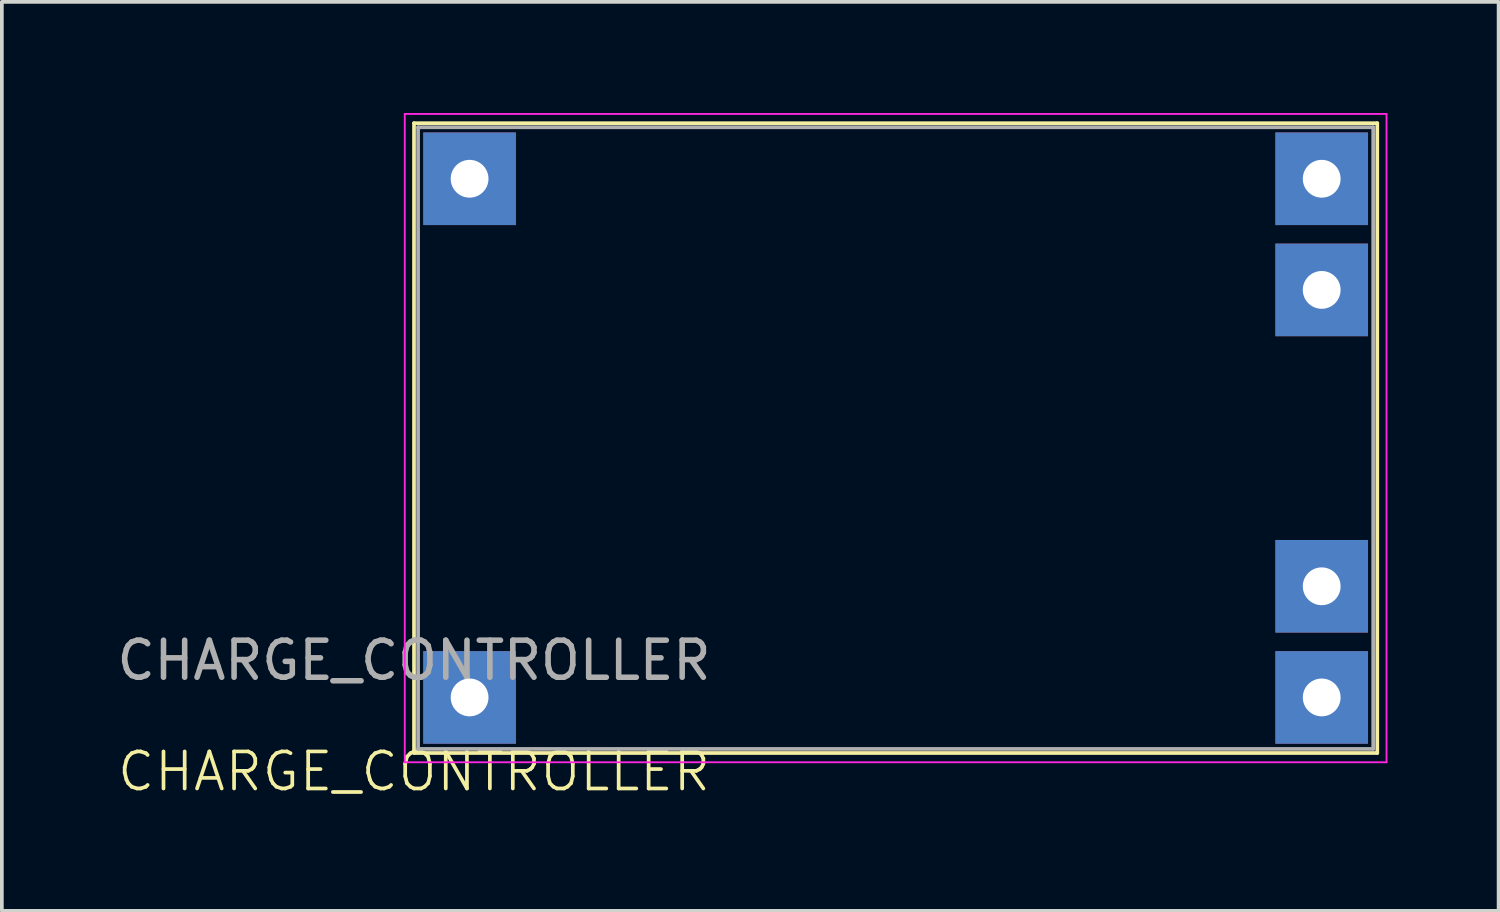
<source format=kicad_pcb>
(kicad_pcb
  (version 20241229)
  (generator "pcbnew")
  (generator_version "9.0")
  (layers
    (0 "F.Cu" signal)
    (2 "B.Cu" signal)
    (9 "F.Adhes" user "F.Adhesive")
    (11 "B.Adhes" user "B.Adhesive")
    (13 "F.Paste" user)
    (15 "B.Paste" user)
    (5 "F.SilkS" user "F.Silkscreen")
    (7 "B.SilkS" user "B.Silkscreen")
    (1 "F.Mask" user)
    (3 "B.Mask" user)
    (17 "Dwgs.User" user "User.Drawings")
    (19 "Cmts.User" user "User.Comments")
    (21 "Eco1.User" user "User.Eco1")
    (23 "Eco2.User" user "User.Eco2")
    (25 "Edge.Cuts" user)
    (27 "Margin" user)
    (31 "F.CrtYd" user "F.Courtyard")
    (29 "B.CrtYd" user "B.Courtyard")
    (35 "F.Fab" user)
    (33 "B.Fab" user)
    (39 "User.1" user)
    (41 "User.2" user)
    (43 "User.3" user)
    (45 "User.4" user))
  (footprint "CHARGE_CONTROLLER"
    (layer "F.Cu")
    (at 8.125 2.035)
    (property "Reference" "CHARGE_CONTROLLER" (at 0 15.74 0) (unlocked yes) (layer "F.SilkS") (effects (font (size 1 1) (thickness 0.1))))
    (attr through_hole)
    (fp_line (start 0 -1.76) (end 26 -1.76) (stroke (width 0.1) (type default)) (layer "F.SilkS"))
    (fp_line (start 0 15.24) (end 0 -1.76) (stroke (width 0.1) (type default)) (layer "F.SilkS"))
    (fp_line (start 26 -1.76) (end 26 15.24) (stroke (width 0.1) (type default)) (layer "F.SilkS"))
    (fp_line (start 26 15.24) (end 0 15.24) (stroke (width 0.1) (type default)) (layer "F.SilkS"))
    (fp_line (start -0.25 -2.01) (end 26.25 -2.01) (stroke (width 0.05) (type default)) (layer "F.CrtYd"))
    (fp_line (start -0.25 15.49) (end -0.25 -2.01) (stroke (width 0.05) (type default)) (layer "F.CrtYd"))
    (fp_line (start 26.25 -2.01) (end 26.25 15.49) (stroke (width 0.05) (type default)) (layer "F.CrtYd"))
    (fp_line (start 26.25 15.49) (end -0.25 15.49) (stroke (width 0.05) (type default)) (layer "F.CrtYd"))
    (fp_line (start 0.11 15.13) (end 0.11 -1.65) (stroke (width 0.1) (type default)) (layer "F.Fab"))
    (fp_line (start 0.11 15.13) (end 25.89 15.13) (stroke (width 0.1) (type default)) (layer "F.Fab"))
    (fp_line (start 25.89 -1.65) (end 0.11 -1.65) (stroke (width 0.1) (type default)) (layer "F.Fab"))
    (fp_line (start 25.89 15.13) (end 25.89 -1.65) (stroke (width 0.1) (type default)) (layer "F.Fab"))
    (fp_text user "${REFERENCE}" (at 0 12.74 0) (unlocked yes) (layer "F.Fab") (effects (font (size 1 1) (thickness 0.15))))
    (pad "1" thru_hole rect (at 24.5 -0.26) (size 2.5 2.5) (drill 1.02) (layers "*.Cu" "*.Mask"))
    (pad "2" thru_hole rect (at 24.5 2.74) (size 2.5 2.5) (drill 1.02) (layers "*.Cu" "*.Mask"))
    (pad "3" thru_hole rect (at 24.5 10.74) (size 2.5 2.5) (drill 1.02) (layers "*.Cu" "*.Mask"))
    (pad "4" thru_hole rect (at 24.5 13.74) (size 2.5 2.5) (drill 1.02) (layers "*.Cu" "*.Mask"))
    (pad "5" thru_hole rect (at 1.5 -0.26) (size 2.5 2.5) (drill 1.02) (layers "*.Cu" "*.Mask"))
    (pad "6" thru_hole rect (at 1.5 13.74) (size 2.5 2.5) (drill 1.02) (layers "*.Cu" "*.Mask")))
  (gr_rect
    (start -3 -3)
    (end 37.4 21.535)
    (stroke (width 0.1) (type default))
    (fill no)
    (layer "Edge.Cuts")))
</source>
